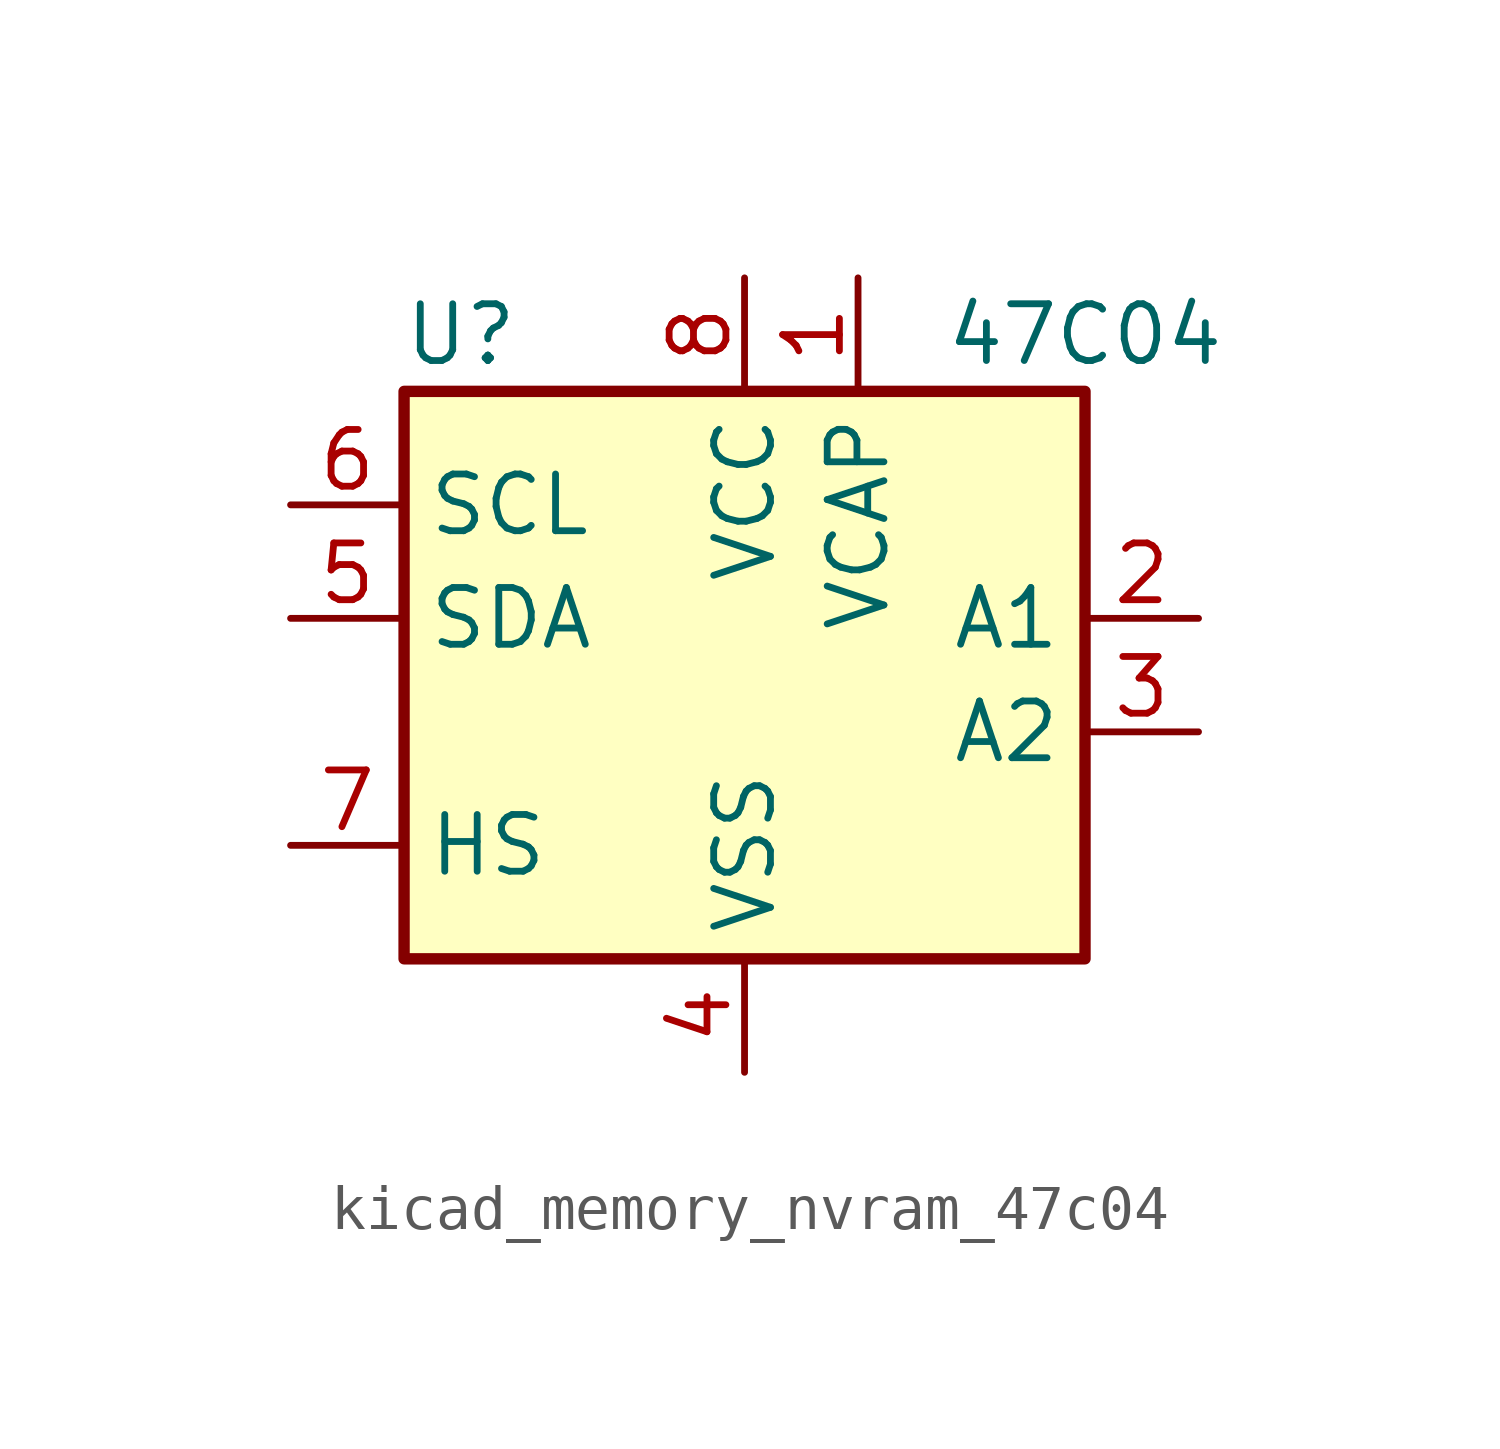
<source format=kicad_sym>
(kicad_symbol_lib
  (version 20220914)
  (generator kicad_symbol_editor)
  (symbol "kicad_memory_nvram_47c04"
    (property "Reference" "U"
      (at -6.35 6.35 0)
      (effects (font (size 1.27 1.27))))
    (property "Value" "47C04"
      (at 7.62 6.35 0)
      (effects (font (size 1.27 1.27))))
    (symbol "kicad_memory_nvram_47c04_1_1"
      (rectangle (start -7.62 5.08) (end 7.62 -7.62) (stroke (width 0.254) (type default)) (fill (type background)))
      (pin power_in line (at 2.54 7.62 270) (length 2.54) (name "VCAP" (effects (font (size 1.27 1.27)))) (number "1" (effects (font (size 1.27 1.27)))))
      (pin input line (at 10.16 0 180) (length 2.54) (name "A1" (effects (font (size 1.27 1.27)))) (number "2" (effects (font (size 1.27 1.27)))))
      (pin input line (at 10.16 -2.54 180) (length 2.54) (name "A2" (effects (font (size 1.27 1.27)))) (number "3" (effects (font (size 1.27 1.27)))))
      (pin power_in line (at 0 -10.16 90) (length 2.54) (name "VSS" (effects (font (size 1.27 1.27)))) (number "4" (effects (font (size 1.27 1.27)))))
      (pin bidirectional line (at -10.16 0 0) (length 2.54) (name "SDA" (effects (font (size 1.27 1.27)))) (number "5" (effects (font (size 1.27 1.27)))))
      (pin input line (at -10.16 2.54 0) (length 2.54) (name "SCL" (effects (font (size 1.27 1.27)))) (number "6" (effects (font (size 1.27 1.27)))))
      (pin input line (at -10.16 -5.08 0) (length 2.54) (name "HS" (effects (font (size 1.27 1.27)))) (number "7" (effects (font (size 1.27 1.27)))))
      (pin power_in line (at 0 7.62 270) (length 2.54) (name "VCC" (effects (font (size 1.27 1.27)))) (number "8" (effects (font (size 1.27 1.27))))))))
</source>
